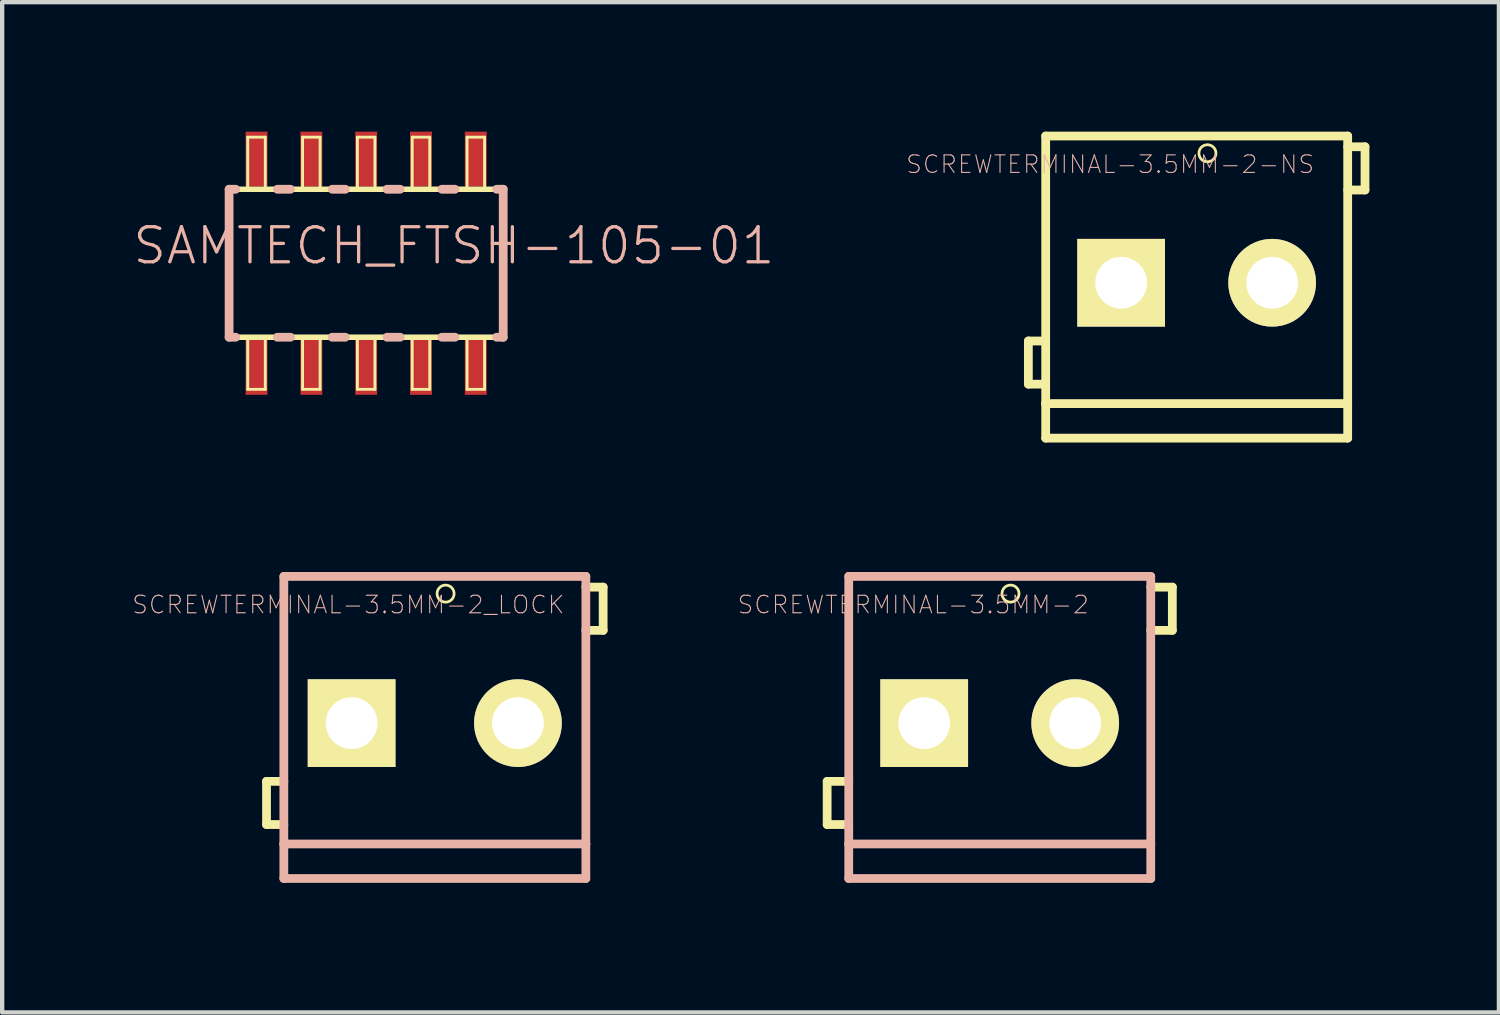
<source format=kicad_pcb>
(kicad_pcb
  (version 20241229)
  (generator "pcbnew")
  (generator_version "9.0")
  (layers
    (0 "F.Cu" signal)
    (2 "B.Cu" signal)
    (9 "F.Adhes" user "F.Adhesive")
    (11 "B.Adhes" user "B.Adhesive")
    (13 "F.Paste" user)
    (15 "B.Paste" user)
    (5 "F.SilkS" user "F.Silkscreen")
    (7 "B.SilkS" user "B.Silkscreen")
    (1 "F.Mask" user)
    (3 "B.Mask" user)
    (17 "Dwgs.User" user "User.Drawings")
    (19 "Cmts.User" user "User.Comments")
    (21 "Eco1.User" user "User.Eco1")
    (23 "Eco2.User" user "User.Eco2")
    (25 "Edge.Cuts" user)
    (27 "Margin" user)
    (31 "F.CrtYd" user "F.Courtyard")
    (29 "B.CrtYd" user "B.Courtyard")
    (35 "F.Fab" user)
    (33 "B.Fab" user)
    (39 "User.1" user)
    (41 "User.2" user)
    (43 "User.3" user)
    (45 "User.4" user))
  (footprint "SCREWTERMINAL-3.5MM-2-NS"
    (layer "F.Cu")
    (at 22.921 3.5)
    (property "Reference" "SCREWTERMINAL-3.5MM-2-NS" (at -0.254 -2.743 0) (layer "B.SilkS") (effects (font (size 0.406 0.406) (thickness 0.025))))
    (attr exclude_from_pos_files exclude_from_bom)
    (fp_line (start -2.149 1.349) (end -2.149 2.349) (stroke (width 0.203) (type solid)) (layer "F.SilkS"))
    (fp_line (start -2.149 2.349) (end -1.748 2.349) (stroke (width 0.203) (type solid)) (layer "F.SilkS"))
    (fp_line (start -1.748 -3.399) (end 5.248 -3.399) (stroke (width 0.203) (type solid)) (layer "F.SilkS"))
    (fp_line (start -1.748 1.349) (end -2.149 1.349) (stroke (width 0.203) (type solid)) (layer "F.SilkS"))
    (fp_line (start -1.748 2.799) (end -1.748 -3.399) (stroke (width 0.203) (type solid)) (layer "F.SilkS"))
    (fp_line (start -1.748 3.599) (end -1.748 2.799) (stroke (width 0.203) (type solid)) (layer "F.SilkS"))
    (fp_line (start 5.248 -3.399) (end 5.248 2.799) (stroke (width 0.203) (type solid)) (layer "F.SilkS"))
    (fp_line (start 5.248 -3.15) (end 5.649 -3.15) (stroke (width 0.203) (type solid)) (layer "F.SilkS"))
    (fp_line (start 5.248 2.799) (end -1.748 2.799) (stroke (width 0.203) (type solid)) (layer "F.SilkS"))
    (fp_line (start 5.248 2.799) (end 5.248 3.599) (stroke (width 0.203) (type solid)) (layer "F.SilkS"))
    (fp_line (start 5.248 3.599) (end -1.748 3.599) (stroke (width 0.203) (type solid)) (layer "F.SilkS"))
    (fp_line (start 5.649 -3.15) (end 5.649 -2.149) (stroke (width 0.203) (type solid)) (layer "F.SilkS"))
    (fp_line (start 5.649 -2.149) (end 5.248 -2.149) (stroke (width 0.203) (type solid)) (layer "F.SilkS"))
    (fp_circle (center 1.999 -3) (end 2.139 -3.139) (stroke (width 0.064) (type solid)) (fill no) (layer "F.SilkS"))
    (pad "1" thru_hole rect (at 0 0) (size 2.032 2.032) (drill 1.199) (layers "*.Cu" "F.Mask" "F.SilkS" "F.Paste"))
    (pad "2" thru_hole circle (at 3.498 0) (size 2.032 2.032) (drill 1.199) (layers "*.Cu" "F.Mask" "F.SilkS" "F.Paste")))
  (footprint "SCREWTERMINAL-3.5MM-2_LOCK"
    (layer "F.Cu")
    (at 5.273 13.701)
    (property "Reference" "SCREWTERMINAL-3.5MM-2_LOCK" (at -0.254 -2.743 0) (layer "B.SilkS") (effects (font (size 0.406 0.406) (thickness 0.025))))
    (attr exclude_from_pos_files exclude_from_bom)
    (fp_line (start -2.149 1.349) (end -2.149 2.349) (stroke (width 0.203) (type solid)) (layer "F.SilkS"))
    (fp_line (start -2.149 2.349) (end -1.748 2.349) (stroke (width 0.203) (type solid)) (layer "F.SilkS"))
    (fp_line (start -1.748 1.349) (end -2.149 1.349) (stroke (width 0.203) (type solid)) (layer "F.SilkS"))
    (fp_line (start 5.248 -3.15) (end 5.649 -3.15) (stroke (width 0.203) (type solid)) (layer "F.SilkS"))
    (fp_line (start 5.649 -3.15) (end 5.649 -2.149) (stroke (width 0.203) (type solid)) (layer "F.SilkS"))
    (fp_line (start 5.649 -2.149) (end 5.248 -2.149) (stroke (width 0.203) (type solid)) (layer "F.SilkS"))
    (fp_circle (center 0 0) (end -0.216 0.216) (stroke (width 0.013) (type solid)) (fill no) (layer "F.SilkS"))
    (fp_circle (center 1.999 -3) (end 2.139 -3.139) (stroke (width 0.064) (type solid)) (fill no) (layer "F.SilkS"))
    (fp_circle (center 3.498 0) (end 3.713 0.216) (stroke (width 0.013) (type solid)) (fill no) (layer "F.SilkS"))
    (fp_line (start -1.748 -3.399) (end 5.248 -3.399) (stroke (width 0.203) (type solid)) (layer "B.SilkS"))
    (fp_line (start -1.748 2.799) (end -1.748 -3.399) (stroke (width 0.203) (type solid)) (layer "B.SilkS"))
    (fp_line (start -1.748 3.599) (end -1.748 2.799) (stroke (width 0.203) (type solid)) (layer "B.SilkS"))
    (fp_line (start 5.248 -3.399) (end 5.248 2.799) (stroke (width 0.203) (type solid)) (layer "B.SilkS"))
    (fp_line (start 5.248 2.799) (end -1.748 2.799) (stroke (width 0.203) (type solid)) (layer "B.SilkS"))
    (fp_line (start 5.248 2.799) (end 5.248 3.599) (stroke (width 0.203) (type solid)) (layer "B.SilkS"))
    (fp_line (start 5.248 3.599) (end -1.748 3.599) (stroke (width 0.203) (type solid)) (layer "B.SilkS"))
    (pad "1" thru_hole rect (at -0.178 0) (size 2.032 2.032) (drill 1.199) (layers "*.Cu" "F.Mask" "F.SilkS" "F.Paste"))
    (pad "2" thru_hole circle (at 3.675 0) (size 2.032 2.032) (drill 1.199) (layers "*.Cu" "F.Mask" "F.SilkS" "F.Paste")))
  (footprint "SCREWTERMINAL-3.5MM-2"
    (layer "F.Cu")
    (at 18.359 13.701)
    (property "Reference" "SCREWTERMINAL-3.5MM-2" (at -0.254 -2.743 0) (layer "B.SilkS") (effects (font (size 0.406 0.406) (thickness 0.025))))
    (attr exclude_from_pos_files exclude_from_bom)
    (fp_line (start -2.248 1.349) (end -2.248 2.349) (stroke (width 0.203) (type solid)) (layer "F.SilkS"))
    (fp_line (start -2.248 2.349) (end -1.748 2.349) (stroke (width 0.203) (type solid)) (layer "F.SilkS"))
    (fp_line (start -1.748 1.349) (end -2.248 1.349) (stroke (width 0.203) (type solid)) (layer "F.SilkS"))
    (fp_line (start 5.248 -3.15) (end 5.748 -3.15) (stroke (width 0.203) (type solid)) (layer "F.SilkS"))
    (fp_line (start 5.748 -3.15) (end 5.748 -2.149) (stroke (width 0.203) (type solid)) (layer "F.SilkS"))
    (fp_line (start 5.748 -2.149) (end 5.248 -2.149) (stroke (width 0.203) (type solid)) (layer "F.SilkS"))
    (fp_circle (center 1.999 -3) (end 2.139 -3.139) (stroke (width 0.064) (type solid)) (fill no) (layer "F.SilkS"))
    (fp_line (start -1.748 -3.399) (end 5.248 -3.399) (stroke (width 0.203) (type solid)) (layer "B.SilkS"))
    (fp_line (start -1.748 2.799) (end -1.748 -3.399) (stroke (width 0.203) (type solid)) (layer "B.SilkS"))
    (fp_line (start -1.748 3.599) (end -1.748 2.799) (stroke (width 0.203) (type solid)) (layer "B.SilkS"))
    (fp_line (start 5.248 -3.399) (end 5.248 2.799) (stroke (width 0.203) (type solid)) (layer "B.SilkS"))
    (fp_line (start 5.248 2.799) (end -1.748 2.799) (stroke (width 0.203) (type solid)) (layer "B.SilkS"))
    (fp_line (start 5.248 2.799) (end 5.248 3.599) (stroke (width 0.203) (type solid)) (layer "B.SilkS"))
    (fp_line (start 5.248 3.599) (end -1.748 3.599) (stroke (width 0.203) (type solid)) (layer "B.SilkS"))
    (pad "1" thru_hole rect (at 0 0) (size 2.032 2.032) (drill 1.199) (layers "*.Cu" "F.Mask" "F.SilkS" "F.Paste"))
    (pad "2" thru_hole circle (at 3.498 0) (size 2.032 2.032) (drill 1.199) (layers "*.Cu" "F.Mask" "F.SilkS" "F.Paste")))
  (footprint "SAMTECH_FTSH-105-01"
    (layer "F.Cu")
    (at 5.432 3.048)
    (property "Reference" "SAMTECH_FTSH-105-01" (at 2.032 -0.406 0) (layer "B.SilkS") (effects (font (size 0.813 0.813) (thickness 0.076))))
    (attr smd)
    (fp_line (start -3.175 -1.714) (end 3.175 -1.714) (stroke (width 0.127) (type solid)) (layer "F.SilkS"))
    (fp_line (start -3.175 1.714) (end -3.175 -1.714) (stroke (width 0.127) (type solid)) (layer "F.SilkS"))
    (fp_line (start -2.743 -2.921) (end -2.337 -2.921) (stroke (width 0.066) (type solid)) (layer "F.SilkS"))
    (fp_line (start -2.743 -1.714) (end -2.743 -2.921) (stroke (width 0.066) (type solid)) (layer "F.SilkS"))
    (fp_line (start -2.743 -1.714) (end -2.337 -1.714) (stroke (width 0.066) (type solid)) (layer "F.SilkS"))
    (fp_line (start -2.743 1.714) (end -2.337 1.714) (stroke (width 0.066) (type solid)) (layer "F.SilkS"))
    (fp_line (start -2.743 2.921) (end -2.743 1.714) (stroke (width 0.066) (type solid)) (layer "F.SilkS"))
    (fp_line (start -2.743 2.921) (end -2.337 2.921) (stroke (width 0.066) (type solid)) (layer "F.SilkS"))
    (fp_line (start -2.337 -1.714) (end -2.337 -2.921) (stroke (width 0.066) (type solid)) (layer "F.SilkS"))
    (fp_line (start -2.337 2.921) (end -2.337 1.714) (stroke (width 0.066) (type solid)) (layer "F.SilkS"))
    (fp_line (start -1.473 -2.921) (end -1.067 -2.921) (stroke (width 0.066) (type solid)) (layer "F.SilkS"))
    (fp_line (start -1.473 -1.714) (end -1.473 -2.921) (stroke (width 0.066) (type solid)) (layer "F.SilkS"))
    (fp_line (start -1.473 -1.714) (end -1.067 -1.714) (stroke (width 0.066) (type solid)) (layer "F.SilkS"))
    (fp_line (start -1.473 1.714) (end -1.067 1.714) (stroke (width 0.066) (type solid)) (layer "F.SilkS"))
    (fp_line (start -1.473 2.921) (end -1.473 1.714) (stroke (width 0.066) (type solid)) (layer "F.SilkS"))
    (fp_line (start -1.473 2.921) (end -1.067 2.921) (stroke (width 0.066) (type solid)) (layer "F.SilkS"))
    (fp_line (start -1.067 -1.714) (end -1.067 -2.921) (stroke (width 0.066) (type solid)) (layer "F.SilkS"))
    (fp_line (start -1.067 2.921) (end -1.067 1.714) (stroke (width 0.066) (type solid)) (layer "F.SilkS"))
    (fp_line (start -0.203 -2.921) (end 0.203 -2.921) (stroke (width 0.066) (type solid)) (layer "F.SilkS"))
    (fp_line (start -0.203 -1.714) (end -0.203 -2.921) (stroke (width 0.066) (type solid)) (layer "F.SilkS"))
    (fp_line (start -0.203 -1.714) (end 0.203 -1.714) (stroke (width 0.066) (type solid)) (layer "F.SilkS"))
    (fp_line (start -0.203 1.714) (end 0.203 1.714) (stroke (width 0.066) (type solid)) (layer "F.SilkS"))
    (fp_line (start -0.203 2.921) (end -0.203 1.714) (stroke (width 0.066) (type solid)) (layer "F.SilkS"))
    (fp_line (start -0.203 2.921) (end 0.203 2.921) (stroke (width 0.066) (type solid)) (layer "F.SilkS"))
    (fp_line (start 0.203 -1.714) (end 0.203 -2.921) (stroke (width 0.066) (type solid)) (layer "F.SilkS"))
    (fp_line (start 0.203 2.921) (end 0.203 1.714) (stroke (width 0.066) (type solid)) (layer "F.SilkS"))
    (fp_line (start 1.067 -2.921) (end 1.473 -2.921) (stroke (width 0.066) (type solid)) (layer "F.SilkS"))
    (fp_line (start 1.067 -1.714) (end 1.067 -2.921) (stroke (width 0.066) (type solid)) (layer "F.SilkS"))
    (fp_line (start 1.067 -1.714) (end 1.473 -1.714) (stroke (width 0.066) (type solid)) (layer "F.SilkS"))
    (fp_line (start 1.067 1.714) (end 1.473 1.714) (stroke (width 0.066) (type solid)) (layer "F.SilkS"))
    (fp_line (start 1.067 2.921) (end 1.067 1.714) (stroke (width 0.066) (type solid)) (layer "F.SilkS"))
    (fp_line (start 1.067 2.921) (end 1.473 2.921) (stroke (width 0.066) (type solid)) (layer "F.SilkS"))
    (fp_line (start 1.473 -1.714) (end 1.473 -2.921) (stroke (width 0.066) (type solid)) (layer "F.SilkS"))
    (fp_line (start 1.473 2.921) (end 1.473 1.714) (stroke (width 0.066) (type solid)) (layer "F.SilkS"))
    (fp_line (start 2.337 -2.921) (end 2.743 -2.921) (stroke (width 0.066) (type solid)) (layer "F.SilkS"))
    (fp_line (start 2.337 -1.714) (end 2.337 -2.921) (stroke (width 0.066) (type solid)) (layer "F.SilkS"))
    (fp_line (start 2.337 -1.714) (end 2.743 -1.714) (stroke (width 0.066) (type solid)) (layer "F.SilkS"))
    (fp_line (start 2.337 1.714) (end 2.743 1.714) (stroke (width 0.066) (type solid)) (layer "F.SilkS"))
    (fp_line (start 2.337 2.921) (end 2.337 1.714) (stroke (width 0.066) (type solid)) (layer "F.SilkS"))
    (fp_line (start 2.337 2.921) (end 2.743 2.921) (stroke (width 0.066) (type solid)) (layer "F.SilkS"))
    (fp_line (start 2.743 -1.714) (end 2.743 -2.921) (stroke (width 0.066) (type solid)) (layer "F.SilkS"))
    (fp_line (start 2.743 2.921) (end 2.743 1.714) (stroke (width 0.066) (type solid)) (layer "F.SilkS"))
    (fp_line (start 3.175 -1.714) (end 3.175 1.714) (stroke (width 0.127) (type solid)) (layer "F.SilkS"))
    (fp_line (start 3.175 1.714) (end -3.175 1.714) (stroke (width 0.127) (type solid)) (layer "F.SilkS"))
    (fp_line (start -3.175 -1.714) (end -3.023 -1.714) (stroke (width 0.203) (type solid)) (layer "B.SilkS"))
    (fp_line (start -3.175 1.714) (end -3.175 -1.714) (stroke (width 0.203) (type solid)) (layer "B.SilkS"))
    (fp_line (start -3.023 1.714) (end -3.175 1.714) (stroke (width 0.203) (type solid)) (layer "B.SilkS"))
    (fp_line (start -2.057 -1.714) (end -1.753 -1.714) (stroke (width 0.203) (type solid)) (layer "B.SilkS"))
    (fp_line (start -1.753 1.714) (end -2.057 1.714) (stroke (width 0.203) (type solid)) (layer "B.SilkS"))
    (fp_line (start -0.787 -1.714) (end -0.483 -1.714) (stroke (width 0.203) (type solid)) (layer "B.SilkS"))
    (fp_line (start -0.483 1.714) (end -0.787 1.714) (stroke (width 0.203) (type solid)) (layer "B.SilkS"))
    (fp_line (start 0.483 -1.714) (end 0.787 -1.714) (stroke (width 0.203) (type solid)) (layer "B.SilkS"))
    (fp_line (start 0.787 1.714) (end 0.483 1.714) (stroke (width 0.203) (type solid)) (layer "B.SilkS"))
    (fp_line (start 1.753 -1.714) (end 2.057 -1.714) (stroke (width 0.203) (type solid)) (layer "B.SilkS"))
    (fp_line (start 2.057 1.714) (end 1.753 1.714) (stroke (width 0.203) (type solid)) (layer "B.SilkS"))
    (fp_line (start 3.023 -1.714) (end 3.175 -1.714) (stroke (width 0.203) (type solid)) (layer "B.SilkS"))
    (fp_line (start 3.175 -1.714) (end 3.175 1.714) (stroke (width 0.203) (type solid)) (layer "B.SilkS"))
    (fp_line (start 3.175 1.714) (end 3.023 1.714) (stroke (width 0.203) (type solid)) (layer "B.SilkS"))
    (pad "1" smd rect (at -2.54 2.413) (size 0.508 1.27) (layers "F.Cu" "F.Mask" "F.Paste"))
    (pad "2" smd rect (at -2.54 -2.413) (size 0.508 1.27) (layers "F.Cu" "F.Mask" "F.Paste"))
    (pad "3" smd rect (at -1.27 2.413) (size 0.508 1.27) (layers "F.Cu" "F.Mask" "F.Paste"))
    (pad "4" smd rect (at -1.27 -2.413) (size 0.508 1.27) (layers "F.Cu" "F.Mask" "F.Paste"))
    (pad "5" smd rect (at 0 2.413) (size 0.508 1.27) (layers "F.Cu" "F.Mask" "F.Paste"))
    (pad "6" smd rect (at 0 -2.413) (size 0.508 1.27) (layers "F.Cu" "F.Mask" "F.Paste"))
    (pad "7" smd rect (at 1.27 2.413) (size 0.508 1.27) (layers "F.Cu" "F.Mask" "F.Paste"))
    (pad "8" smd rect (at 1.27 -2.413) (size 0.508 1.27) (layers "F.Cu" "F.Mask" "F.Paste"))
    (pad "9" smd rect (at 2.54 2.413) (size 0.508 1.27) (layers "F.Cu" "F.Mask" "F.Paste"))
    (pad "10" smd rect (at 2.54 -2.413) (size 0.508 1.27) (layers "F.Cu" "F.Mask" "F.Paste")))
  (gr_rect
    (start -3 -3)
    (end 31.672 20.402)
    (stroke (width 0.1) (type default))
    (fill no)
    (layer "Edge.Cuts")))
</source>
